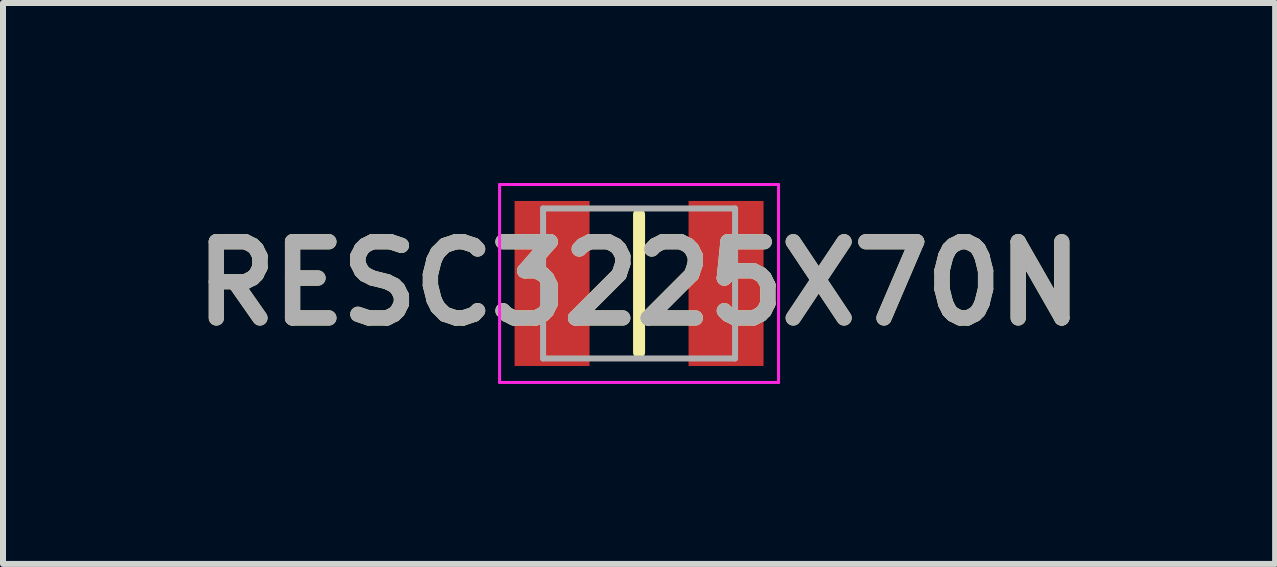
<source format=kicad_pcb>
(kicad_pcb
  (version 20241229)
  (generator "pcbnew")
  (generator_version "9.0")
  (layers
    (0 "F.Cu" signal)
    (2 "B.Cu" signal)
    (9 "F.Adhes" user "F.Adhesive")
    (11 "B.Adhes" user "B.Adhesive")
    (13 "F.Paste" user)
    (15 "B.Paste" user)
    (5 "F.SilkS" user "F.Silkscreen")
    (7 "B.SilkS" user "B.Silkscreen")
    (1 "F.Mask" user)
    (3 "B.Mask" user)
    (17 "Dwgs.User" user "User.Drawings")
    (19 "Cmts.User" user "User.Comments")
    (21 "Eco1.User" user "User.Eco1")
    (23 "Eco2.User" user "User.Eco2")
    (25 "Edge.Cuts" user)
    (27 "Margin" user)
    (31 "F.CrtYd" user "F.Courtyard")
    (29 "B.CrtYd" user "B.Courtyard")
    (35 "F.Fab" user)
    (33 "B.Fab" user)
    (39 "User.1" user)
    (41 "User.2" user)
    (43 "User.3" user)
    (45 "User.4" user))
  (footprint "RESC3225X70N"
    (layer "F.Cu")
    (at 7.602 1.675)
    (property "Reference" "RESC3225X70N" (at 0 0 0) (layer "F.SilkS") (effects (font (size 1.27 1.27) (thickness 0.254))))
    (attr smd)
    (fp_line (start 0 -1.15) (end 0 1.15) (stroke (width 0.2) (type solid)) (layer "F.SilkS"))
    (fp_line (start -2.325 -1.65) (end 2.325 -1.65) (stroke (width 0.05) (type solid)) (layer "F.CrtYd"))
    (fp_line (start -2.325 1.65) (end -2.325 -1.65) (stroke (width 0.05) (type solid)) (layer "F.CrtYd"))
    (fp_line (start 2.325 -1.65) (end 2.325 1.65) (stroke (width 0.05) (type solid)) (layer "F.CrtYd"))
    (fp_line (start 2.325 1.65) (end -2.325 1.65) (stroke (width 0.05) (type solid)) (layer "F.CrtYd"))
    (fp_line (start -1.6 -1.25) (end 1.6 -1.25) (stroke (width 0.1) (type solid)) (layer "F.Fab"))
    (fp_line (start -1.6 1.25) (end -1.6 -1.25) (stroke (width 0.1) (type solid)) (layer "F.Fab"))
    (fp_line (start 1.6 -1.25) (end 1.6 1.25) (stroke (width 0.1) (type solid)) (layer "F.Fab"))
    (fp_line (start 1.6 1.25) (end -1.6 1.25) (stroke (width 0.1) (type solid)) (layer "F.Fab"))
    (fp_text user "${REFERENCE}" (at 0 0 0) (layer "F.Fab") (effects (font (size 1.27 1.27) (thickness 0.254))))
    (pad "1" smd rect (at -1.45 0) (size 1.25 2.75) (layers "F.Cu" "F.Mask" "F.Paste"))
    (pad "2" smd rect (at 1.45 0) (size 1.25 2.75) (layers "F.Cu" "F.Mask" "F.Paste")))
  (gr_rect
    (start -3 -3)
    (end 18.204 6.35)
    (stroke (width 0.1) (type default))
    (fill no)
    (layer "Edge.Cuts")))
</source>
